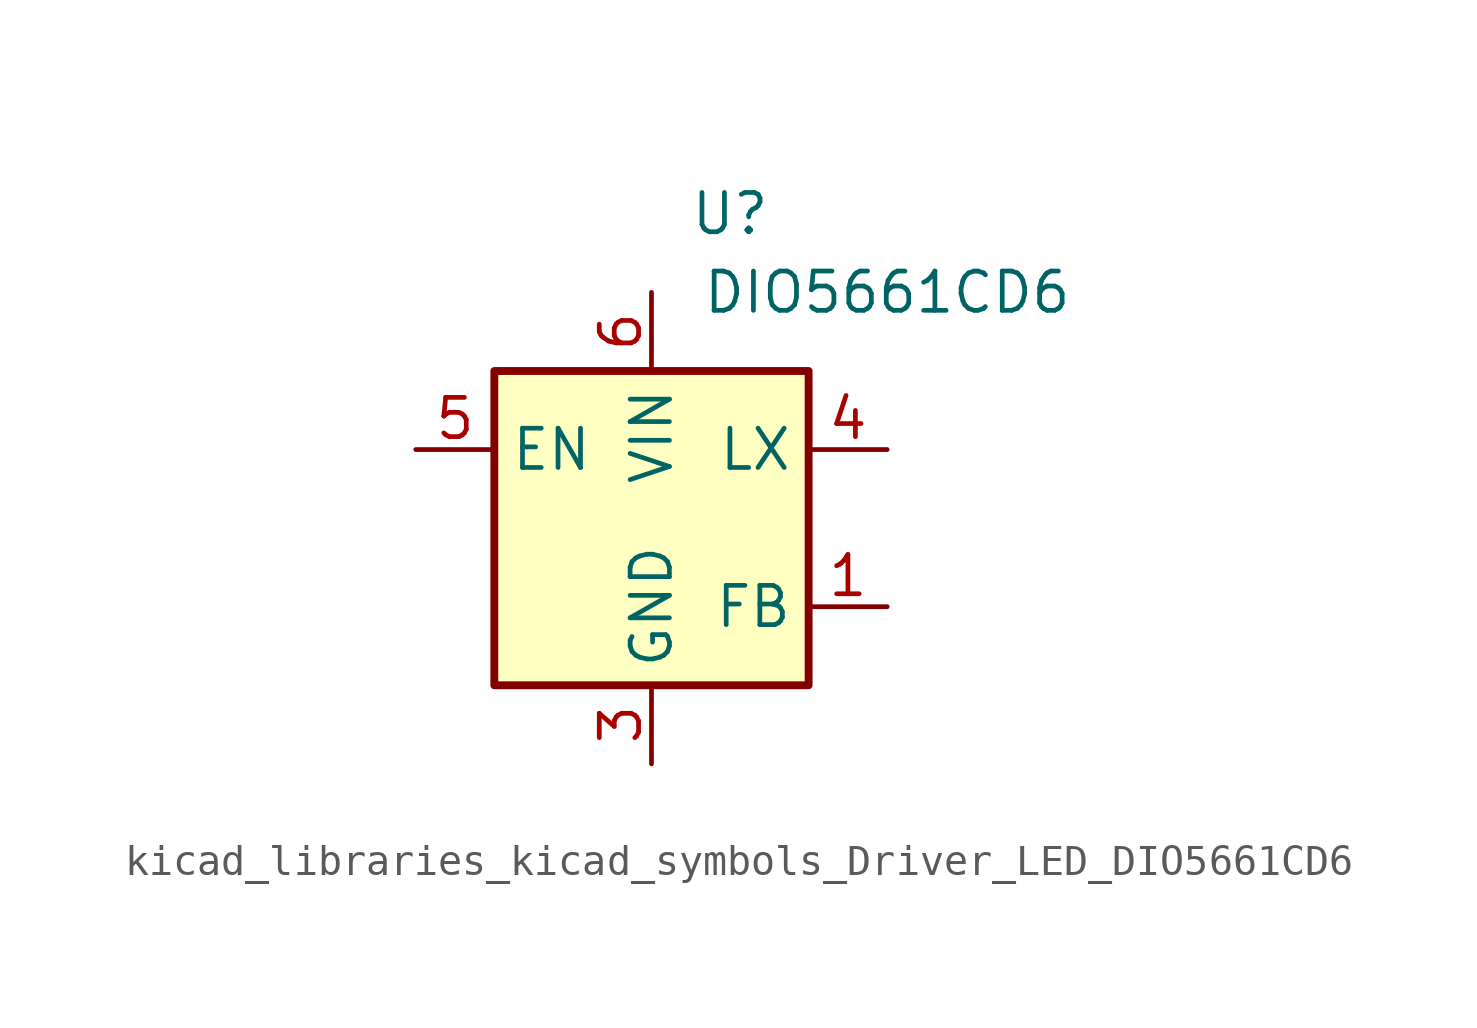
<source format=kicad_sym>
(kicad_symbol_lib
  (version 20220914)
  (generator kicad_symbol_editor)
  (symbol "kicad_libraries_kicad_symbols_Driver_LED_DIO5661CD6"
    (property "Reference" "U"
      (at 2.54 10.16 0)
      (effects (font (size 1.27 1.27))))
    (property "Value" "DIO5661CD6"
      (at 7.62 7.62 0)
      (effects (font (size 1.27 1.27))))
    (symbol "kicad_libraries_kicad_symbols_Driver_LED_DIO5661CD6_0_1"
      (rectangle (start 5.08 -5.08) (end -5.08 5.08) (stroke (width 0.254) (type default)) (fill (type background))))
    (symbol "kicad_libraries_kicad_symbols_Driver_LED_DIO5661CD6_1_1"
      (pin input line (at 7.62 -2.54 180) (length 2.54) (name "FB" (effects (font (size 1.27 1.27)))) (number "1" (effects (font (size 1.27 1.27)))))
      (pin no_connect line (at -5.08 -2.54 0) (length 2.54) hide (name "~" (effects (font (size 1.27 1.27)))) (number "2" (effects (font (size 1.27 1.27)))))
      (pin power_in line (at 0 -7.62 90) (length 2.54) (name "GND" (effects (font (size 1.27 1.27)))) (number "3" (effects (font (size 1.27 1.27)))))
      (pin open_collector line (at 7.62 2.54 180) (length 2.54) (name "LX" (effects (font (size 1.27 1.27)))) (number "4" (effects (font (size 1.27 1.27)))))
      (pin input line (at -7.62 2.54 0) (length 2.54) (name "EN" (effects (font (size 1.27 1.27)))) (number "5" (effects (font (size 1.27 1.27)))))
      (pin power_in line (at 0 7.62 270) (length 2.54) (name "VIN" (effects (font (size 1.27 1.27)))) (number "6" (effects (font (size 1.27 1.27)))))
      (pin passive line (at 0 -7.62 90) (length 2.54) hide (name "GND" (effects (font (size 1.27 1.27)))) (number "7" (effects (font (size 1.27 1.27))))))))
</source>
